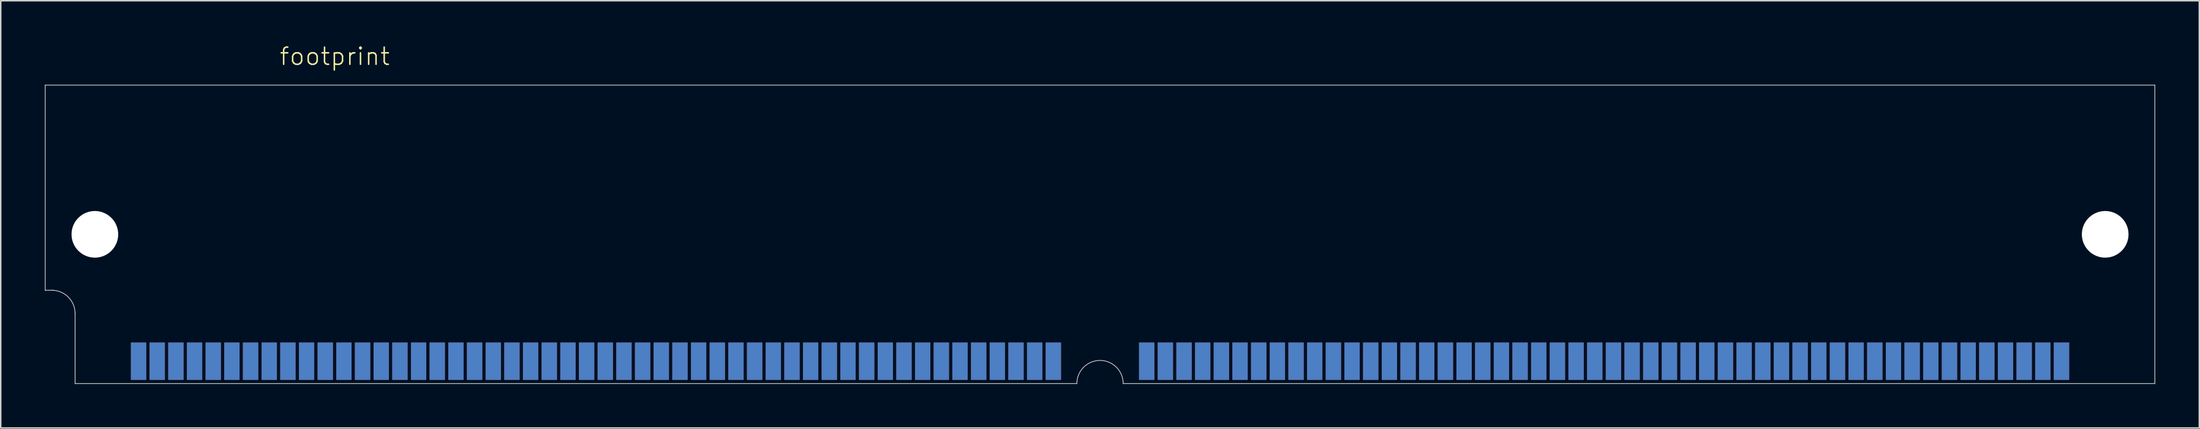
<source format=kicad_pcb>
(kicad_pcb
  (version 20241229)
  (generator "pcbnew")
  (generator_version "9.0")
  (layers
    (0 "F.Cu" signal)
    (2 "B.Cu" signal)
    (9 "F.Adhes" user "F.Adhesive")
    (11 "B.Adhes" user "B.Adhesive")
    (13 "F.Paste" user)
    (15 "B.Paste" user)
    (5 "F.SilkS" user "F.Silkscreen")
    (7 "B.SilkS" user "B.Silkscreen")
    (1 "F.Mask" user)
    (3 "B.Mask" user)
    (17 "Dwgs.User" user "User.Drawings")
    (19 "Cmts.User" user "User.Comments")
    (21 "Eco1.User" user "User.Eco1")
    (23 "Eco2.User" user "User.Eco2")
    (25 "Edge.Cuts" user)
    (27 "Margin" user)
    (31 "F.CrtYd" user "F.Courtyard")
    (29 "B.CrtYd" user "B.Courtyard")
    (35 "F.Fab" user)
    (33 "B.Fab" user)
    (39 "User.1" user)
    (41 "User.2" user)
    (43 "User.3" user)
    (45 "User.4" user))
  (footprint "footprint"
    (layer "F.Cu")
    (at 71.78 12.903)
    (property "Reference" "footprint" (at -55.88 -11.43 0) (layer "F.SilkS") (effects (font (size 1.168 1.168) (thickness 0.102)) (justify left bottom)))
    (fp_line (start -71.755 -10.16) (end 71.755 -10.16) (stroke (width 0.05) (type solid)) (layer "Edge.Cuts"))
    (fp_line (start -71.755 3.81) (end -71.755 -10.16) (stroke (width 0.05) (type solid)) (layer "Edge.Cuts"))
    (fp_line (start -71.755 3.81) (end -71.196 3.81) (stroke (width 0.05) (type solid)) (layer "Edge.Cuts"))
    (fp_line (start -69.723 10.16) (end -69.723 5.309) (stroke (width 0.05) (type solid)) (layer "Edge.Cuts"))
    (fp_line (start -1.575 10.16) (end -69.723 10.16) (stroke (width 0.05) (type solid)) (layer "Edge.Cuts"))
    (fp_line (start 71.755 -10.16) (end 71.755 10.16) (stroke (width 0.05) (type solid)) (layer "Edge.Cuts"))
    (fp_line (start 71.755 10.16) (end 1.575 10.16) (stroke (width 0.05) (type solid)) (layer "Edge.Cuts"))
    (fp_arc (start -71.2978 3.81) (mid -70.184248 4.271248) (end -69.723 5.3848) (stroke (width 0.05) (type solid)) (layer "Edge.Cuts"))
    (fp_arc (start -1.5748 10.16) (mid 0 8.5852) (end 1.5748 10.16) (stroke (width 0.05) (type solid)) (layer "Edge.Cuts"))
    (pad "" np_thru_hole circle (at -68.377 0) (size 3.175 3.175) (drill 3.175) (layers "*.Cu" "*.Mask"))
    (pad "" np_thru_hole circle (at 68.377 0) (size 3.175 3.175) (drill 3.175) (layers "*.Cu" "*.Mask"))
    (pad "1" smd rect (at -65.405 8.636) (size 1.041 2.54) (layers "F.Cu" "F.Mask" "F.Paste"))
    (pad "2" smd rect (at -64.135 8.636) (size 1.041 2.54) (layers "F.Cu" "F.Mask" "F.Paste"))
    (pad "3" smd rect (at -62.865 8.636) (size 1.041 2.54) (layers "F.Cu" "F.Mask" "F.Paste"))
    (pad "4" smd rect (at -61.595 8.636) (size 1.041 2.54) (layers "F.Cu" "F.Mask" "F.Paste"))
    (pad "5" smd rect (at -60.325 8.636) (size 1.041 2.54) (layers "F.Cu" "F.Mask" "F.Paste"))
    (pad "6" smd rect (at -59.055 8.636) (size 1.041 2.54) (layers "F.Cu" "F.Mask" "F.Paste"))
    (pad "7" smd rect (at -57.785 8.636) (size 1.041 2.54) (layers "F.Cu" "F.Mask" "F.Paste"))
    (pad "8" smd rect (at -56.515 8.636) (size 1.041 2.54) (layers "F.Cu" "F.Mask" "F.Paste"))
    (pad "9" smd rect (at -55.245 8.636) (size 1.041 2.54) (layers "F.Cu" "F.Mask" "F.Paste"))
    (pad "10" smd rect (at -53.975 8.636) (size 1.041 2.54) (layers "F.Cu" "F.Mask" "F.Paste"))
    (pad "11" smd rect (at -52.705 8.636) (size 1.041 2.54) (layers "F.Cu" "F.Mask" "F.Paste"))
    (pad "12" smd rect (at -51.435 8.636) (size 1.041 2.54) (layers "F.Cu" "F.Mask" "F.Paste"))
    (pad "13" smd rect (at -50.165 8.636) (size 1.041 2.54) (layers "F.Cu" "F.Mask" "F.Paste"))
    (pad "14" smd rect (at -48.895 8.636) (size 1.041 2.54) (layers "F.Cu" "F.Mask" "F.Paste"))
    (pad "15" smd rect (at -47.625 8.636) (size 1.041 2.54) (layers "F.Cu" "F.Mask" "F.Paste"))
    (pad "16" smd rect (at -46.355 8.636) (size 1.041 2.54) (layers "F.Cu" "F.Mask" "F.Paste"))
    (pad "17" smd rect (at -45.085 8.636) (size 1.041 2.54) (layers "F.Cu" "F.Mask" "F.Paste"))
    (pad "18" smd rect (at -43.815 8.636) (size 1.041 2.54) (layers "F.Cu" "F.Mask" "F.Paste"))
    (pad "19" smd rect (at -42.545 8.636) (size 1.041 2.54) (layers "F.Cu" "F.Mask" "F.Paste"))
    (pad "20" smd rect (at -41.275 8.636) (size 1.041 2.54) (layers "F.Cu" "F.Mask" "F.Paste"))
    (pad "21" smd rect (at -40.005 8.636) (size 1.041 2.54) (layers "F.Cu" "F.Mask" "F.Paste"))
    (pad "22" smd rect (at -38.735 8.636) (size 1.041 2.54) (layers "F.Cu" "F.Mask" "F.Paste"))
    (pad "23" smd rect (at -37.465 8.636) (size 1.041 2.54) (layers "F.Cu" "F.Mask" "F.Paste"))
    (pad "24" smd rect (at -36.195 8.636) (size 1.041 2.54) (layers "F.Cu" "F.Mask" "F.Paste"))
    (pad "25" smd rect (at -34.925 8.636) (size 1.041 2.54) (layers "F.Cu" "F.Mask" "F.Paste"))
    (pad "26" smd rect (at -33.655 8.636) (size 1.041 2.54) (layers "F.Cu" "F.Mask" "F.Paste"))
    (pad "27" smd rect (at -32.385 8.636) (size 1.041 2.54) (layers "F.Cu" "F.Mask" "F.Paste"))
    (pad "28" smd rect (at -31.115 8.636) (size 1.041 2.54) (layers "F.Cu" "F.Mask" "F.Paste"))
    (pad "29" smd rect (at -29.845 8.636) (size 1.041 2.54) (layers "F.Cu" "F.Mask" "F.Paste"))
    (pad "30" smd rect (at -28.575 8.636) (size 1.041 2.54) (layers "F.Cu" "F.Mask" "F.Paste"))
    (pad "31" smd rect (at -27.305 8.636) (size 1.041 2.54) (layers "F.Cu" "F.Mask" "F.Paste"))
    (pad "32" smd rect (at -26.035 8.636) (size 1.041 2.54) (layers "F.Cu" "F.Mask" "F.Paste"))
    (pad "33" smd rect (at -24.765 8.636) (size 1.041 2.54) (layers "F.Cu" "F.Mask" "F.Paste"))
    (pad "34" smd rect (at -23.495 8.636) (size 1.041 2.54) (layers "F.Cu" "F.Mask" "F.Paste"))
    (pad "35" smd rect (at -22.225 8.636) (size 1.041 2.54) (layers "F.Cu" "F.Mask" "F.Paste"))
    (pad "36" smd rect (at -20.955 8.636) (size 1.041 2.54) (layers "F.Cu" "F.Mask" "F.Paste"))
    (pad "37" smd rect (at -19.685 8.636) (size 1.041 2.54) (layers "F.Cu" "F.Mask" "F.Paste"))
    (pad "38" smd rect (at -18.415 8.636) (size 1.041 2.54) (layers "F.Cu" "F.Mask" "F.Paste"))
    (pad "39" smd rect (at -17.145 8.636) (size 1.041 2.54) (layers "F.Cu" "F.Mask" "F.Paste"))
    (pad "40" smd rect (at -15.875 8.636) (size 1.041 2.54) (layers "F.Cu" "F.Mask" "F.Paste"))
    (pad "41" smd rect (at -14.605 8.636) (size 1.041 2.54) (layers "F.Cu" "F.Mask" "F.Paste"))
    (pad "42" smd rect (at -13.335 8.636) (size 1.041 2.54) (layers "F.Cu" "F.Mask" "F.Paste"))
    (pad "43" smd rect (at -12.065 8.636) (size 1.041 2.54) (layers "F.Cu" "F.Mask" "F.Paste"))
    (pad "44" smd rect (at -10.795 8.636) (size 1.041 2.54) (layers "F.Cu" "F.Mask" "F.Paste"))
    (pad "45" smd rect (at -9.525 8.636) (size 1.041 2.54) (layers "F.Cu" "F.Mask" "F.Paste"))
    (pad "46" smd rect (at -8.255 8.636) (size 1.041 2.54) (layers "F.Cu" "F.Mask" "F.Paste"))
    (pad "47" smd rect (at -6.985 8.636) (size 1.041 2.54) (layers "F.Cu" "F.Mask" "F.Paste"))
    (pad "48" smd rect (at -5.715 8.636) (size 1.041 2.54) (layers "F.Cu" "F.Mask" "F.Paste"))
    (pad "49" smd rect (at -4.445 8.636) (size 1.041 2.54) (layers "F.Cu" "F.Mask" "F.Paste"))
    (pad "50" smd rect (at -3.175 8.636) (size 1.041 2.54) (layers "F.Cu" "F.Mask" "F.Paste"))
    (pad "51" smd rect (at 3.175 8.636) (size 1.041 2.54) (layers "F.Cu" "F.Mask" "F.Paste"))
    (pad "52" smd rect (at 4.445 8.636) (size 1.041 2.54) (layers "F.Cu" "F.Mask" "F.Paste"))
    (pad "53" smd rect (at 5.715 8.636) (size 1.041 2.54) (layers "F.Cu" "F.Mask" "F.Paste"))
    (pad "54" smd rect (at 6.985 8.636) (size 1.041 2.54) (layers "F.Cu" "F.Mask" "F.Paste"))
    (pad "55" smd rect (at 8.255 8.636) (size 1.041 2.54) (layers "F.Cu" "F.Mask" "F.Paste"))
    (pad "56" smd rect (at 9.525 8.636) (size 1.041 2.54) (layers "F.Cu" "F.Mask" "F.Paste"))
    (pad "57" smd rect (at 10.795 8.636) (size 1.041 2.54) (layers "F.Cu" "F.Mask" "F.Paste"))
    (pad "58" smd rect (at 12.065 8.636) (size 1.041 2.54) (layers "F.Cu" "F.Mask" "F.Paste"))
    (pad "59" smd rect (at 13.335 8.636) (size 1.041 2.54) (layers "F.Cu" "F.Mask" "F.Paste"))
    (pad "60" smd rect (at 14.605 8.636) (size 1.041 2.54) (layers "F.Cu" "F.Mask" "F.Paste"))
    (pad "61" smd rect (at 15.875 8.636) (size 1.041 2.54) (layers "F.Cu" "F.Mask" "F.Paste"))
    (pad "62" smd rect (at 17.145 8.636) (size 1.041 2.54) (layers "F.Cu" "F.Mask" "F.Paste"))
    (pad "63" smd rect (at 18.415 8.636) (size 1.041 2.54) (layers "F.Cu" "F.Mask" "F.Paste"))
    (pad "64" smd rect (at 19.685 8.636) (size 1.041 2.54) (layers "F.Cu" "F.Mask" "F.Paste"))
    (pad "65" smd rect (at 20.955 8.636) (size 1.041 2.54) (layers "F.Cu" "F.Mask" "F.Paste"))
    (pad "66" smd rect (at 22.225 8.636) (size 1.041 2.54) (layers "F.Cu" "F.Mask" "F.Paste"))
    (pad "67" smd rect (at 23.495 8.636) (size 1.041 2.54) (layers "F.Cu" "F.Mask" "F.Paste"))
    (pad "68" smd rect (at 24.765 8.636) (size 1.041 2.54) (layers "F.Cu" "F.Mask" "F.Paste"))
    (pad "69" smd rect (at 26.035 8.636) (size 1.041 2.54) (layers "F.Cu" "F.Mask" "F.Paste"))
    (pad "70" smd rect (at 27.305 8.636) (size 1.041 2.54) (layers "F.Cu" "F.Mask" "F.Paste"))
    (pad "71" smd rect (at 28.575 8.636) (size 1.041 2.54) (layers "F.Cu" "F.Mask" "F.Paste"))
    (pad "72" smd rect (at 29.845 8.636) (size 1.041 2.54) (layers "F.Cu" "F.Mask" "F.Paste"))
    (pad "73" smd rect (at 31.115 8.636) (size 1.041 2.54) (layers "F.Cu" "F.Mask" "F.Paste"))
    (pad "74" smd rect (at 32.385 8.636) (size 1.041 2.54) (layers "F.Cu" "F.Mask" "F.Paste"))
    (pad "75" smd rect (at 33.655 8.636) (size 1.041 2.54) (layers "F.Cu" "F.Mask" "F.Paste"))
    (pad "76" smd rect (at 34.925 8.636) (size 1.041 2.54) (layers "F.Cu" "F.Mask" "F.Paste"))
    (pad "77" smd rect (at 36.195 8.636) (size 1.041 2.54) (layers "F.Cu" "F.Mask" "F.Paste"))
    (pad "78" smd rect (at 37.465 8.636) (size 1.041 2.54) (layers "F.Cu" "F.Mask" "F.Paste"))
    (pad "79" smd rect (at 38.735 8.636) (size 1.041 2.54) (layers "F.Cu" "F.Mask" "F.Paste"))
    (pad "80" smd rect (at 40.005 8.636) (size 1.041 2.54) (layers "F.Cu" "F.Mask" "F.Paste"))
    (pad "81" smd rect (at 41.275 8.636) (size 1.041 2.54) (layers "F.Cu" "F.Mask" "F.Paste"))
    (pad "82" smd rect (at 42.545 8.636) (size 1.041 2.54) (layers "F.Cu" "F.Mask" "F.Paste"))
    (pad "83" smd rect (at 43.815 8.636) (size 1.041 2.54) (layers "F.Cu" "F.Mask" "F.Paste"))
    (pad "84" smd rect (at 45.085 8.636) (size 1.041 2.54) (layers "F.Cu" "F.Mask" "F.Paste"))
    (pad "85" smd rect (at 46.355 8.636) (size 1.041 2.54) (layers "F.Cu" "F.Mask" "F.Paste"))
    (pad "86" smd rect (at 47.625 8.636) (size 1.041 2.54) (layers "F.Cu" "F.Mask" "F.Paste"))
    (pad "87" smd rect (at 48.895 8.636) (size 1.041 2.54) (layers "F.Cu" "F.Mask" "F.Paste"))
    (pad "88" smd rect (at 50.165 8.636) (size 1.041 2.54) (layers "F.Cu" "F.Mask" "F.Paste"))
    (pad "89" smd rect (at 51.435 8.636) (size 1.041 2.54) (layers "F.Cu" "F.Mask" "F.Paste"))
    (pad "90" smd rect (at 52.705 8.636) (size 1.041 2.54) (layers "F.Cu" "F.Mask" "F.Paste"))
    (pad "91" smd rect (at 53.975 8.636) (size 1.041 2.54) (layers "F.Cu" "F.Mask" "F.Paste"))
    (pad "92" smd rect (at 55.245 8.636) (size 1.041 2.54) (layers "F.Cu" "F.Mask" "F.Paste"))
    (pad "93" smd rect (at 56.515 8.636) (size 1.041 2.54) (layers "F.Cu" "F.Mask" "F.Paste"))
    (pad "94" smd rect (at 57.785 8.636) (size 1.041 2.54) (layers "F.Cu" "F.Mask" "F.Paste"))
    (pad "95" smd rect (at 59.055 8.636) (size 1.041 2.54) (layers "F.Cu" "F.Mask" "F.Paste"))
    (pad "96" smd rect (at 60.325 8.636) (size 1.041 2.54) (layers "F.Cu" "F.Mask" "F.Paste"))
    (pad "97" smd rect (at 61.595 8.636) (size 1.041 2.54) (layers "F.Cu" "F.Mask" "F.Paste"))
    (pad "98" smd rect (at 62.865 8.636) (size 1.041 2.54) (layers "F.Cu" "F.Mask" "F.Paste"))
    (pad "99" smd rect (at 64.135 8.636) (size 1.041 2.54) (layers "F.Cu" "F.Mask" "F.Paste"))
    (pad "100" smd rect (at 65.405 8.636) (size 1.041 2.54) (layers "F.Cu" "F.Mask" "F.Paste"))
    (pad "101" smd rect (at -65.405 8.636) (size 1.041 2.54) (layers "B.Cu" "B.Mask" "B.Paste"))
    (pad "102" smd rect (at -64.135 8.636) (size 1.041 2.54) (layers "B.Cu" "B.Mask" "B.Paste"))
    (pad "103" smd rect (at -62.865 8.636) (size 1.041 2.54) (layers "B.Cu" "B.Mask" "B.Paste"))
    (pad "104" smd rect (at -61.595 8.636) (size 1.041 2.54) (layers "B.Cu" "B.Mask" "B.Paste"))
    (pad "105" smd rect (at -60.325 8.636) (size 1.041 2.54) (layers "B.Cu" "B.Mask" "B.Paste"))
    (pad "106" smd rect (at -59.055 8.636) (size 1.041 2.54) (layers "B.Cu" "B.Mask" "B.Paste"))
    (pad "107" smd rect (at -57.785 8.636) (size 1.041 2.54) (layers "B.Cu" "B.Mask" "B.Paste"))
    (pad "108" smd rect (at -56.515 8.636) (size 1.041 2.54) (layers "B.Cu" "B.Mask" "B.Paste"))
    (pad "109" smd rect (at -55.245 8.636) (size 1.041 2.54) (layers "B.Cu" "B.Mask" "B.Paste"))
    (pad "110" smd rect (at -53.975 8.636) (size 1.041 2.54) (layers "B.Cu" "B.Mask" "B.Paste"))
    (pad "111" smd rect (at -52.705 8.636) (size 1.041 2.54) (layers "B.Cu" "B.Mask" "B.Paste"))
    (pad "112" smd rect (at -51.435 8.636) (size 1.041 2.54) (layers "B.Cu" "B.Mask" "B.Paste"))
    (pad "113" smd rect (at -50.165 8.636) (size 1.041 2.54) (layers "B.Cu" "B.Mask" "B.Paste"))
    (pad "114" smd rect (at -48.895 8.636) (size 1.041 2.54) (layers "B.Cu" "B.Mask" "B.Paste"))
    (pad "115" smd rect (at -47.625 8.636) (size 1.041 2.54) (layers "B.Cu" "B.Mask" "B.Paste"))
    (pad "116" smd rect (at -46.355 8.636) (size 1.041 2.54) (layers "B.Cu" "B.Mask" "B.Paste"))
    (pad "117" smd rect (at -45.085 8.636) (size 1.041 2.54) (layers "B.Cu" "B.Mask" "B.Paste"))
    (pad "118" smd rect (at -43.815 8.636) (size 1.041 2.54) (layers "B.Cu" "B.Mask" "B.Paste"))
    (pad "119" smd rect (at -42.545 8.636) (size 1.041 2.54) (layers "B.Cu" "B.Mask" "B.Paste"))
    (pad "120" smd rect (at -41.275 8.636) (size 1.041 2.54) (layers "B.Cu" "B.Mask" "B.Paste"))
    (pad "121" smd rect (at -40.005 8.636) (size 1.041 2.54) (layers "B.Cu" "B.Mask" "B.Paste"))
    (pad "122" smd rect (at -38.735 8.636) (size 1.041 2.54) (layers "B.Cu" "B.Mask" "B.Paste"))
    (pad "123" smd rect (at -37.465 8.636) (size 1.041 2.54) (layers "B.Cu" "B.Mask" "B.Paste"))
    (pad "124" smd rect (at -36.195 8.636) (size 1.041 2.54) (layers "B.Cu" "B.Mask" "B.Paste"))
    (pad "125" smd rect (at -34.925 8.636) (size 1.041 2.54) (layers "B.Cu" "B.Mask" "B.Paste"))
    (pad "126" smd rect (at -33.655 8.636) (size 1.041 2.54) (layers "B.Cu" "B.Mask" "B.Paste"))
    (pad "127" smd rect (at -32.385 8.636) (size 1.041 2.54) (layers "B.Cu" "B.Mask" "B.Paste"))
    (pad "128" smd rect (at -31.115 8.636) (size 1.041 2.54) (layers "B.Cu" "B.Mask" "B.Paste"))
    (pad "129" smd rect (at -29.845 8.636) (size 1.041 2.54) (layers "B.Cu" "B.Mask" "B.Paste"))
    (pad "130" smd rect (at -28.575 8.636) (size 1.041 2.54) (layers "B.Cu" "B.Mask" "B.Paste"))
    (pad "131" smd rect (at -27.305 8.636) (size 1.041 2.54) (layers "B.Cu" "B.Mask" "B.Paste"))
    (pad "132" smd rect (at -26.035 8.636) (size 1.041 2.54) (layers "B.Cu" "B.Mask" "B.Paste"))
    (pad "133" smd rect (at -24.765 8.636) (size 1.041 2.54) (layers "B.Cu" "B.Mask" "B.Paste"))
    (pad "134" smd rect (at -23.495 8.636) (size 1.041 2.54) (layers "B.Cu" "B.Mask" "B.Paste"))
    (pad "135" smd rect (at -22.225 8.636) (size 1.041 2.54) (layers "B.Cu" "B.Mask" "B.Paste"))
    (pad "136" smd rect (at -20.955 8.636) (size 1.041 2.54) (layers "B.Cu" "B.Mask" "B.Paste"))
    (pad "137" smd rect (at -19.685 8.636) (size 1.041 2.54) (layers "B.Cu" "B.Mask" "B.Paste"))
    (pad "138" smd rect (at -18.415 8.636) (size 1.041 2.54) (layers "B.Cu" "B.Mask" "B.Paste"))
    (pad "139" smd rect (at -17.145 8.636) (size 1.041 2.54) (layers "B.Cu" "B.Mask" "B.Paste"))
    (pad "140" smd rect (at -15.875 8.636) (size 1.041 2.54) (layers "B.Cu" "B.Mask" "B.Paste"))
    (pad "141" smd rect (at -14.605 8.636) (size 1.041 2.54) (layers "B.Cu" "B.Mask" "B.Paste"))
    (pad "142" smd rect (at -13.335 8.636) (size 1.041 2.54) (layers "B.Cu" "B.Mask" "B.Paste"))
    (pad "143" smd rect (at -12.065 8.636) (size 1.041 2.54) (layers "B.Cu" "B.Mask" "B.Paste"))
    (pad "144" smd rect (at -10.795 8.636) (size 1.041 2.54) (layers "B.Cu" "B.Mask" "B.Paste"))
    (pad "145" smd rect (at -9.525 8.636) (size 1.041 2.54) (layers "B.Cu" "B.Mask" "B.Paste"))
    (pad "146" smd rect (at -8.255 8.636) (size 1.041 2.54) (layers "B.Cu" "B.Mask" "B.Paste"))
    (pad "147" smd rect (at -6.985 8.636) (size 1.041 2.54) (layers "B.Cu" "B.Mask" "B.Paste"))
    (pad "148" smd rect (at -5.715 8.636) (size 1.041 2.54) (layers "B.Cu" "B.Mask" "B.Paste"))
    (pad "149" smd rect (at -4.445 8.636) (size 1.041 2.54) (layers "B.Cu" "B.Mask" "B.Paste"))
    (pad "150" smd rect (at -3.175 8.636) (size 1.041 2.54) (layers "B.Cu" "B.Mask" "B.Paste"))
    (pad "151" smd rect (at 3.175 8.636) (size 1.041 2.54) (layers "B.Cu" "B.Mask" "B.Paste"))
    (pad "152" smd rect (at 4.445 8.636) (size 1.041 2.54) (layers "B.Cu" "B.Mask" "B.Paste"))
    (pad "153" smd rect (at 5.715 8.636) (size 1.041 2.54) (layers "B.Cu" "B.Mask" "B.Paste"))
    (pad "154" smd rect (at 6.985 8.636) (size 1.041 2.54) (layers "B.Cu" "B.Mask" "B.Paste"))
    (pad "155" smd rect (at 8.255 8.636) (size 1.041 2.54) (layers "B.Cu" "B.Mask" "B.Paste"))
    (pad "156" smd rect (at 9.525 8.636) (size 1.041 2.54) (layers "B.Cu" "B.Mask" "B.Paste"))
    (pad "157" smd rect (at 10.795 8.636) (size 1.041 2.54) (layers "B.Cu" "B.Mask" "B.Paste"))
    (pad "158" smd rect (at 12.065 8.636) (size 1.041 2.54) (layers "B.Cu" "B.Mask" "B.Paste"))
    (pad "159" smd rect (at 13.335 8.636) (size 1.041 2.54) (layers "B.Cu" "B.Mask" "B.Paste"))
    (pad "160" smd rect (at 14.605 8.636) (size 1.041 2.54) (layers "B.Cu" "B.Mask" "B.Paste"))
    (pad "161" smd rect (at 15.875 8.636) (size 1.041 2.54) (layers "B.Cu" "B.Mask" "B.Paste"))
    (pad "162" smd rect (at 17.145 8.636) (size 1.041 2.54) (layers "B.Cu" "B.Mask" "B.Paste"))
    (pad "163" smd rect (at 18.415 8.636) (size 1.041 2.54) (layers "B.Cu" "B.Mask" "B.Paste"))
    (pad "164" smd rect (at 19.685 8.636) (size 1.041 2.54) (layers "B.Cu" "B.Mask" "B.Paste"))
    (pad "165" smd rect (at 20.955 8.636) (size 1.041 2.54) (layers "B.Cu" "B.Mask" "B.Paste"))
    (pad "166" smd rect (at 22.225 8.636) (size 1.041 2.54) (layers "B.Cu" "B.Mask" "B.Paste"))
    (pad "167" smd rect (at 23.495 8.636) (size 1.041 2.54) (layers "B.Cu" "B.Mask" "B.Paste"))
    (pad "168" smd rect (at 24.765 8.636) (size 1.041 2.54) (layers "B.Cu" "B.Mask" "B.Paste"))
    (pad "169" smd rect (at 26.035 8.636) (size 1.041 2.54) (layers "B.Cu" "B.Mask" "B.Paste"))
    (pad "170" smd rect (at 27.305 8.636) (size 1.041 2.54) (layers "B.Cu" "B.Mask" "B.Paste"))
    (pad "171" smd rect (at 28.575 8.636) (size 1.041 2.54) (layers "B.Cu" "B.Mask" "B.Paste"))
    (pad "172" smd rect (at 29.845 8.636) (size 1.041 2.54) (layers "B.Cu" "B.Mask" "B.Paste"))
    (pad "173" smd rect (at 31.115 8.636) (size 1.041 2.54) (layers "B.Cu" "B.Mask" "B.Paste"))
    (pad "174" smd rect (at 32.385 8.636) (size 1.041 2.54) (layers "B.Cu" "B.Mask" "B.Paste"))
    (pad "175" smd rect (at 33.655 8.636) (size 1.041 2.54) (layers "B.Cu" "B.Mask" "B.Paste"))
    (pad "176" smd rect (at 34.925 8.636) (size 1.041 2.54) (layers "B.Cu" "B.Mask" "B.Paste"))
    (pad "177" smd rect (at 36.195 8.636) (size 1.041 2.54) (layers "B.Cu" "B.Mask" "B.Paste"))
    (pad "178" smd rect (at 37.465 8.636) (size 1.041 2.54) (layers "B.Cu" "B.Mask" "B.Paste"))
    (pad "179" smd rect (at 38.735 8.636) (size 1.041 2.54) (layers "B.Cu" "B.Mask" "B.Paste"))
    (pad "180" smd rect (at 40.005 8.636) (size 1.041 2.54) (layers "B.Cu" "B.Mask" "B.Paste"))
    (pad "181" smd rect (at 41.275 8.636) (size 1.041 2.54) (layers "B.Cu" "B.Mask" "B.Paste"))
    (pad "182" smd rect (at 42.545 8.636) (size 1.041 2.54) (layers "B.Cu" "B.Mask" "B.Paste"))
    (pad "183" smd rect (at 43.815 8.636) (size 1.041 2.54) (layers "B.Cu" "B.Mask" "B.Paste"))
    (pad "184" smd rect (at 45.085 8.636) (size 1.041 2.54) (layers "B.Cu" "B.Mask" "B.Paste"))
    (pad "185" smd rect (at 46.355 8.636) (size 1.041 2.54) (layers "B.Cu" "B.Mask" "B.Paste"))
    (pad "186" smd rect (at 47.625 8.636) (size 1.041 2.54) (layers "B.Cu" "B.Mask" "B.Paste"))
    (pad "187" smd rect (at 48.895 8.636) (size 1.041 2.54) (layers "B.Cu" "B.Mask" "B.Paste"))
    (pad "188" smd rect (at 50.165 8.636) (size 1.041 2.54) (layers "B.Cu" "B.Mask" "B.Paste"))
    (pad "189" smd rect (at 51.435 8.636) (size 1.041 2.54) (layers "B.Cu" "B.Mask" "B.Paste"))
    (pad "190" smd rect (at 52.705 8.636) (size 1.041 2.54) (layers "B.Cu" "B.Mask" "B.Paste"))
    (pad "191" smd rect (at 53.975 8.636) (size 1.041 2.54) (layers "B.Cu" "B.Mask" "B.Paste"))
    (pad "192" smd rect (at 55.245 8.636) (size 1.041 2.54) (layers "B.Cu" "B.Mask" "B.Paste"))
    (pad "193" smd rect (at 56.515 8.636) (size 1.041 2.54) (layers "B.Cu" "B.Mask" "B.Paste"))
    (pad "194" smd rect (at 57.785 8.636) (size 1.041 2.54) (layers "B.Cu" "B.Mask" "B.Paste"))
    (pad "195" smd rect (at 59.055 8.636) (size 1.041 2.54) (layers "B.Cu" "B.Mask" "B.Paste"))
    (pad "196" smd rect (at 60.325 8.636) (size 1.041 2.54) (layers "B.Cu" "B.Mask" "B.Paste"))
    (pad "197" smd rect (at 61.595 8.636) (size 1.041 2.54) (layers "B.Cu" "B.Mask" "B.Paste"))
    (pad "198" smd rect (at 62.865 8.636) (size 1.041 2.54) (layers "B.Cu" "B.Mask" "B.Paste"))
    (pad "199" smd rect (at 64.135 8.636) (size 1.041 2.54) (layers "B.Cu" "B.Mask" "B.Paste"))
    (pad "200" smd rect (at 65.405 8.636) (size 1.041 2.54) (layers "B.Cu" "B.Mask" "B.Paste")))
  (gr_rect
    (start -3 -3)
    (end 146.56 26.088)
    (stroke (width 0.1) (type default))
    (fill no)
    (layer "Edge.Cuts")))
</source>
